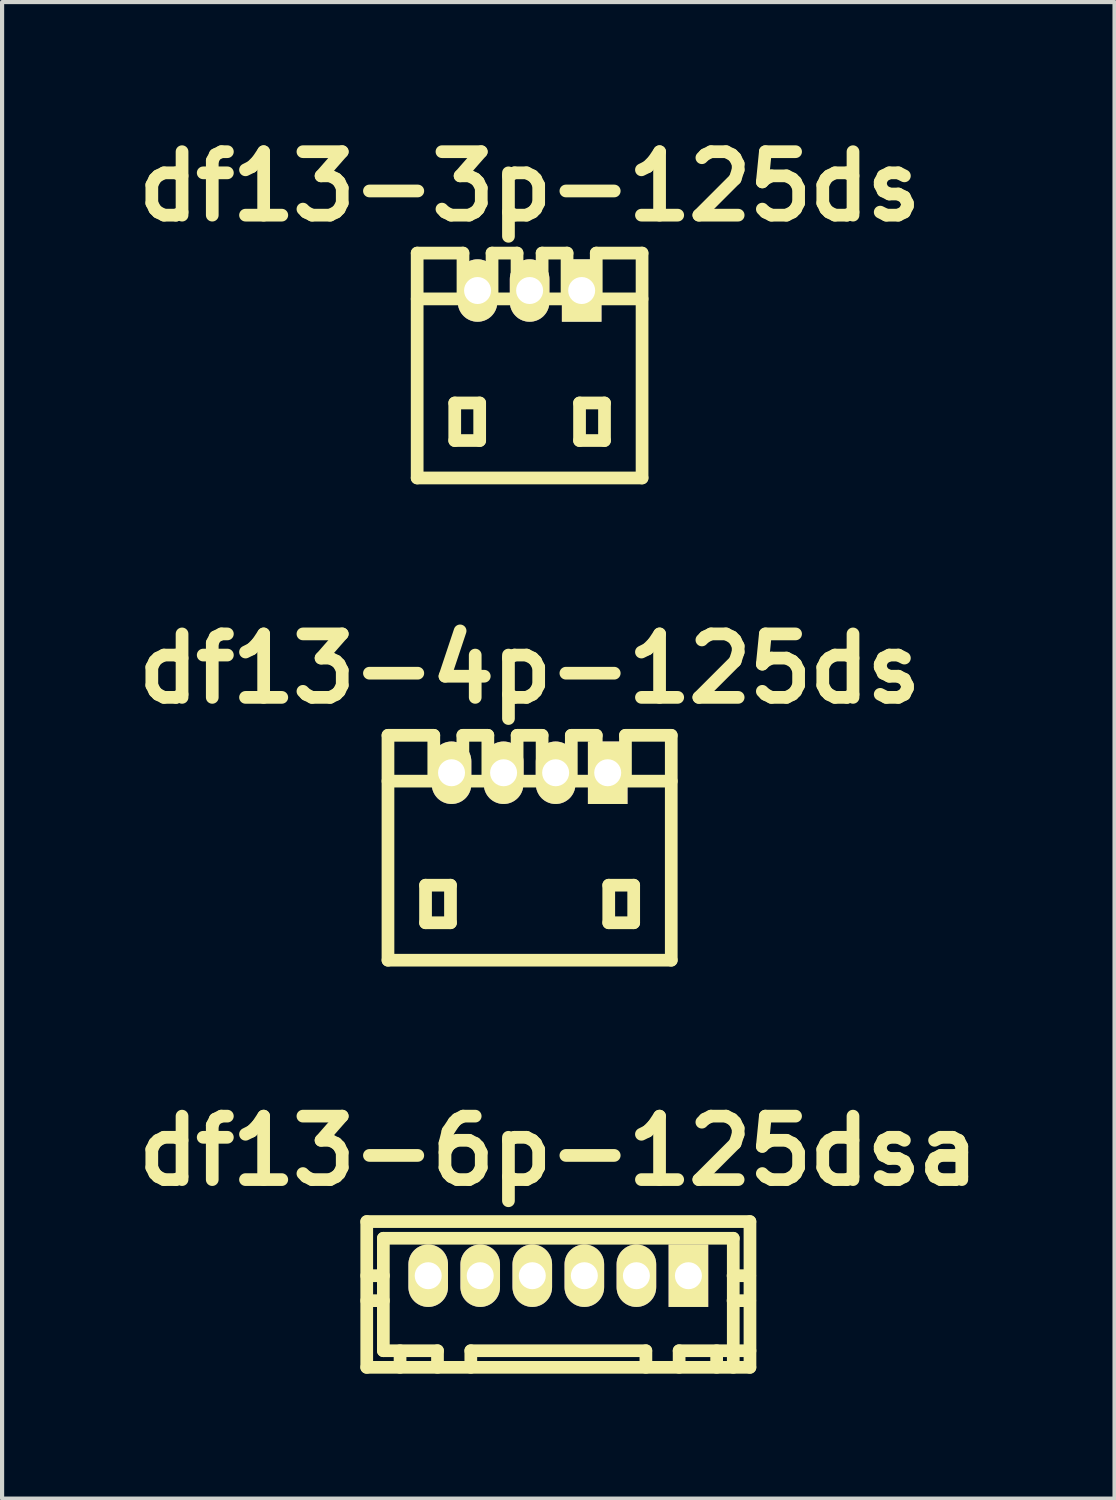
<source format=kicad_pcb>
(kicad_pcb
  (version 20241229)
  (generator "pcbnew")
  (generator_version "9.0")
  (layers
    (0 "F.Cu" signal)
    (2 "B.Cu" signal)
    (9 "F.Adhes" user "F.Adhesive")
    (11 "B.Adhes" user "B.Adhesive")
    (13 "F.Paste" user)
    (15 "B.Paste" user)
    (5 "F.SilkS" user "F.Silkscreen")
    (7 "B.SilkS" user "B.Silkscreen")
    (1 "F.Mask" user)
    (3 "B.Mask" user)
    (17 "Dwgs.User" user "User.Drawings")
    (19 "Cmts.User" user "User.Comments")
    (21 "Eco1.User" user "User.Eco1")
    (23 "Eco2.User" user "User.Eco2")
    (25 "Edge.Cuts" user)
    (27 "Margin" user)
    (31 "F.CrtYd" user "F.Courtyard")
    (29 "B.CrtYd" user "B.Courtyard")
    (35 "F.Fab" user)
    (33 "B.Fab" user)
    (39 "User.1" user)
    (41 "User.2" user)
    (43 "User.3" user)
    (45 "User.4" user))
  (footprint "df13-3p-125ds"
    (layer "F.Cu")
    (at 9.667 5.727)
    (property "Reference" "df13-3p-125ds" (at 0 -4.3 0) (layer "F.SilkS") (effects (font (size 1.524 1.524) (thickness 0.305))))
    (attr through_hole)
    (fp_line (start -2.7 -1.6) (end 2.7 -1.6) (stroke (width 0.305) (type solid)) (layer "F.SilkS"))
    (fp_line (start -2.7 2.7) (end -2.7 -2.7) (stroke (width 0.305) (type solid)) (layer "F.SilkS"))
    (fp_line (start -2.7 2.7) (end 2.7 2.7) (stroke (width 0.305) (type solid)) (layer "F.SilkS"))
    (fp_line (start -1.798 0.899) (end -1.798 1.801) (stroke (width 0.305) (type solid)) (layer "F.SilkS"))
    (fp_line (start -1.798 1.801) (end -1.199 1.801) (stroke (width 0.305) (type solid)) (layer "F.SilkS"))
    (fp_line (start -1.6 -2.7) (end -2.7 -2.7) (stroke (width 0.305) (type solid)) (layer "F.SilkS"))
    (fp_line (start -1.6 -1.6) (end -1.6 -2.7) (stroke (width 0.305) (type solid)) (layer "F.SilkS"))
    (fp_line (start -1.199 0.899) (end -1.798 0.899) (stroke (width 0.305) (type solid)) (layer "F.SilkS"))
    (fp_line (start -1.199 1.801) (end -1.199 0.899) (stroke (width 0.305) (type solid)) (layer "F.SilkS"))
    (fp_line (start -0.902 -1.6) (end -0.902 -2.7) (stroke (width 0.305) (type solid)) (layer "F.SilkS"))
    (fp_line (start -0.302 -2.7) (end -0.902 -2.7) (stroke (width 0.305) (type solid)) (layer "F.SilkS"))
    (fp_line (start -0.302 -1.6) (end -0.302 -2.7) (stroke (width 0.305) (type solid)) (layer "F.SilkS"))
    (fp_line (start 0.3 -2.7) (end 0.899 -2.7) (stroke (width 0.305) (type solid)) (layer "F.SilkS"))
    (fp_line (start 0.3 -1.6) (end 0.3 -2.7) (stroke (width 0.305) (type solid)) (layer "F.SilkS"))
    (fp_line (start 0.899 -2.7) (end 0.899 -1.6) (stroke (width 0.305) (type solid)) (layer "F.SilkS"))
    (fp_line (start 1.199 0.899) (end 1.798 0.899) (stroke (width 0.305) (type solid)) (layer "F.SilkS"))
    (fp_line (start 1.199 1.801) (end 1.199 0.899) (stroke (width 0.305) (type solid)) (layer "F.SilkS"))
    (fp_line (start 1.6 -1.6) (end 1.6 -2.7) (stroke (width 0.305) (type solid)) (layer "F.SilkS"))
    (fp_line (start 1.798 0.899) (end 1.798 1.801) (stroke (width 0.305) (type solid)) (layer "F.SilkS"))
    (fp_line (start 1.798 1.801) (end 1.199 1.801) (stroke (width 0.305) (type solid)) (layer "F.SilkS"))
    (fp_line (start 2.7 -2.7) (end 1.6 -2.7) (stroke (width 0.305) (type solid)) (layer "F.SilkS"))
    (fp_line (start 2.7 2.7) (end 2.7 -2.7) (stroke (width 0.305) (type solid)) (layer "F.SilkS"))
    (pad "1" thru_hole rect (at 1.25 -1.801) (size 0.95 1.499) (drill 0.648) (layers "*.Cu" "*.Mask" "F.SilkS"))
    (pad "2" thru_hole oval (at 0 -1.801) (size 0.95 1.499) (drill 0.648) (layers "*.Cu" "*.Mask" "F.SilkS"))
    (pad "3" thru_hole oval (at -1.25 -1.801) (size 0.95 1.499) (drill 0.648) (layers "*.Cu" "*.Mask" "F.SilkS")))
  (footprint "df13-4p-125ds"
    (layer "F.Cu")
    (at 9.667 17.306)
    (property "Reference" "df13-4p-125ds" (at 0 -4.3 0) (layer "F.SilkS") (effects (font (size 1.524 1.524) (thickness 0.305))))
    (attr through_hole)
    (fp_line (start -3.401 -1.6) (end 3.401 -1.6) (stroke (width 0.305) (type solid)) (layer "F.SilkS"))
    (fp_line (start -3.401 2.7) (end -3.401 -2.7) (stroke (width 0.305) (type solid)) (layer "F.SilkS"))
    (fp_line (start -3.401 2.7) (end 3.401 2.7) (stroke (width 0.305) (type solid)) (layer "F.SilkS"))
    (fp_line (start -2.499 0.899) (end -2.499 1.801) (stroke (width 0.305) (type solid)) (layer "F.SilkS"))
    (fp_line (start -2.499 1.801) (end -1.9 1.801) (stroke (width 0.305) (type solid)) (layer "F.SilkS"))
    (fp_line (start -2.301 -2.7) (end -3.401 -2.7) (stroke (width 0.305) (type solid)) (layer "F.SilkS"))
    (fp_line (start -2.301 -1.6) (end -2.301 -2.7) (stroke (width 0.305) (type solid)) (layer "F.SilkS"))
    (fp_line (start -1.9 0.899) (end -2.499 0.899) (stroke (width 0.305) (type solid)) (layer "F.SilkS"))
    (fp_line (start -1.9 1.801) (end -1.9 0.899) (stroke (width 0.305) (type solid)) (layer "F.SilkS"))
    (fp_line (start -1.603 -1.6) (end -1.603 -2.7) (stroke (width 0.305) (type solid)) (layer "F.SilkS"))
    (fp_line (start -1.003 -2.7) (end -1.603 -2.7) (stroke (width 0.305) (type solid)) (layer "F.SilkS"))
    (fp_line (start -1.003 -1.6) (end -1.003 -2.7) (stroke (width 0.305) (type solid)) (layer "F.SilkS"))
    (fp_line (start -0.3 -2.7) (end 0.3 -2.7) (stroke (width 0.305) (type solid)) (layer "F.SilkS"))
    (fp_line (start -0.3 -1.6) (end -0.3 -2.7) (stroke (width 0.305) (type solid)) (layer "F.SilkS"))
    (fp_line (start 0.3 -2.7) (end 0.3 -1.6) (stroke (width 0.305) (type solid)) (layer "F.SilkS"))
    (fp_line (start 1.001 -2.7) (end 1.6 -2.7) (stroke (width 0.305) (type solid)) (layer "F.SilkS"))
    (fp_line (start 1.001 -1.6) (end 1.001 -2.7) (stroke (width 0.305) (type solid)) (layer "F.SilkS"))
    (fp_line (start 1.6 -2.7) (end 1.6 -1.6) (stroke (width 0.305) (type solid)) (layer "F.SilkS"))
    (fp_line (start 1.9 0.899) (end 2.499 0.899) (stroke (width 0.305) (type solid)) (layer "F.SilkS"))
    (fp_line (start 1.9 1.801) (end 1.9 0.899) (stroke (width 0.305) (type solid)) (layer "F.SilkS"))
    (fp_line (start 2.301 -1.6) (end 2.301 -2.7) (stroke (width 0.305) (type solid)) (layer "F.SilkS"))
    (fp_line (start 2.499 0.899) (end 2.499 1.801) (stroke (width 0.305) (type solid)) (layer "F.SilkS"))
    (fp_line (start 2.499 1.801) (end 1.9 1.801) (stroke (width 0.305) (type solid)) (layer "F.SilkS"))
    (fp_line (start 3.401 -2.7) (end 2.301 -2.7) (stroke (width 0.305) (type solid)) (layer "F.SilkS"))
    (fp_line (start 3.401 2.7) (end 3.401 -2.7) (stroke (width 0.305) (type solid)) (layer "F.SilkS"))
    (pad "1" thru_hole rect (at 1.875 -1.801) (size 0.95 1.499) (drill 0.648) (layers "*.Cu" "*.Mask" "F.SilkS"))
    (pad "2" thru_hole oval (at 0.625 -1.801) (size 0.95 1.499) (drill 0.648) (layers "*.Cu" "*.Mask" "F.SilkS"))
    (pad "3" thru_hole oval (at -0.625 -1.801) (size 0.95 1.499) (drill 0.648) (layers "*.Cu" "*.Mask" "F.SilkS"))
    (pad "4" thru_hole oval (at -1.875 -1.801) (size 0.95 1.499) (drill 0.648) (layers "*.Cu" "*.Mask" "F.SilkS")))
  (footprint "df13-6p-125dsa"
    (layer "F.Cu")
    (at 10.356 27.582)
    (property "Reference" "df13-6p-125dsa" (at 0 -2.997 0) (layer "F.SilkS") (effects (font (size 1.524 1.524) (thickness 0.305))))
    (attr through_hole)
    (fp_line (start -4.6 2.2) (end -4.6 -1.3) (stroke (width 0.305) (type solid)) (layer "F.SilkS"))
    (fp_line (start -4.201 -0.899) (end -4.201 1.801) (stroke (width 0.305) (type solid)) (layer "F.SilkS"))
    (fp_line (start -4.201 -0.899) (end 4.201 -0.899) (stroke (width 0.305) (type solid)) (layer "F.SilkS"))
    (fp_line (start -4.199 0) (end -4.6 0) (stroke (width 0.305) (type solid)) (layer "F.SilkS"))
    (fp_line (start -4.199 0.599) (end -4.6 0.599) (stroke (width 0.305) (type solid)) (layer "F.SilkS"))
    (fp_line (start -3.8 1.801) (end -3.8 2.2) (stroke (width 0.305) (type solid)) (layer "F.SilkS"))
    (fp_line (start -3.2 -0.099) (end -3 -0.099) (stroke (width 0.305) (type solid)) (layer "F.SilkS"))
    (fp_line (start -3.2 0.099) (end -3.2 -0.099) (stroke (width 0.305) (type solid)) (layer "F.SilkS"))
    (fp_line (start -3 -0.099) (end -3 0.099) (stroke (width 0.305) (type solid)) (layer "F.SilkS"))
    (fp_line (start -3 0.099) (end -3.2 0.099) (stroke (width 0.305) (type solid)) (layer "F.SilkS"))
    (fp_line (start -2.901 1.801) (end -4.201 1.801) (stroke (width 0.305) (type solid)) (layer "F.SilkS"))
    (fp_line (start -2.901 1.801) (end -2.901 2.2) (stroke (width 0.305) (type solid)) (layer "F.SilkS"))
    (fp_line (start -2.101 2.2) (end -2.101 1.801) (stroke (width 0.305) (type solid)) (layer "F.SilkS"))
    (fp_line (start -1.999 -0.099) (end -1.801 -0.099) (stroke (width 0.305) (type solid)) (layer "F.SilkS"))
    (fp_line (start -1.999 0.099) (end -1.999 -0.099) (stroke (width 0.305) (type solid)) (layer "F.SilkS"))
    (fp_line (start -1.801 -0.099) (end -1.801 0.099) (stroke (width 0.305) (type solid)) (layer "F.SilkS"))
    (fp_line (start -1.801 0.099) (end -1.999 0.099) (stroke (width 0.305) (type solid)) (layer "F.SilkS"))
    (fp_line (start -0.701 -0.099) (end -0.701 0.099) (stroke (width 0.305) (type solid)) (layer "F.SilkS"))
    (fp_line (start -0.701 0.099) (end -0.5 0.099) (stroke (width 0.305) (type solid)) (layer "F.SilkS"))
    (fp_line (start -0.5 -0.099) (end -0.701 -0.099) (stroke (width 0.305) (type solid)) (layer "F.SilkS"))
    (fp_line (start -0.5 0.099) (end -0.5 -0.099) (stroke (width 0.305) (type solid)) (layer "F.SilkS"))
    (fp_line (start 0.5 -0.099) (end 0.701 -0.099) (stroke (width 0.305) (type solid)) (layer "F.SilkS"))
    (fp_line (start 0.5 0.099) (end 0.5 -0.099) (stroke (width 0.305) (type solid)) (layer "F.SilkS"))
    (fp_line (start 0.701 -0.099) (end 0.701 0.099) (stroke (width 0.305) (type solid)) (layer "F.SilkS"))
    (fp_line (start 0.701 0.099) (end 0.5 0.099) (stroke (width 0.305) (type solid)) (layer "F.SilkS"))
    (fp_line (start 1.801 -0.099) (end 1.801 0.099) (stroke (width 0.305) (type solid)) (layer "F.SilkS"))
    (fp_line (start 1.801 0.099) (end 1.999 0.099) (stroke (width 0.305) (type solid)) (layer "F.SilkS"))
    (fp_line (start 1.999 -0.099) (end 1.801 -0.099) (stroke (width 0.305) (type solid)) (layer "F.SilkS"))
    (fp_line (start 1.999 0.099) (end 1.999 -0.099) (stroke (width 0.305) (type solid)) (layer "F.SilkS"))
    (fp_line (start 2.101 1.801) (end -2.101 1.801) (stroke (width 0.305) (type solid)) (layer "F.SilkS"))
    (fp_line (start 2.103 2.2) (end 2.103 1.801) (stroke (width 0.305) (type solid)) (layer "F.SilkS"))
    (fp_line (start 2.901 1.801) (end 2.901 2.2) (stroke (width 0.305) (type solid)) (layer "F.SilkS"))
    (fp_line (start 2.901 1.801) (end 4.602 1.801) (stroke (width 0.305) (type solid)) (layer "F.SilkS"))
    (fp_line (start 3 -0.099) (end 3.2 -0.099) (stroke (width 0.305) (type solid)) (layer "F.SilkS"))
    (fp_line (start 3 0.099) (end 3 -0.099) (stroke (width 0.305) (type solid)) (layer "F.SilkS"))
    (fp_line (start 3.2 -0.099) (end 3.2 0.099) (stroke (width 0.305) (type solid)) (layer "F.SilkS"))
    (fp_line (start 3.2 0.099) (end 3 0.099) (stroke (width 0.305) (type solid)) (layer "F.SilkS"))
    (fp_line (start 3.802 1.801) (end 3.802 2.2) (stroke (width 0.305) (type solid)) (layer "F.SilkS"))
    (fp_line (start 4.196 0) (end 4.597 0) (stroke (width 0.305) (type solid)) (layer "F.SilkS"))
    (fp_line (start 4.201 -0.899) (end 4.201 2.2) (stroke (width 0.305) (type solid)) (layer "F.SilkS"))
    (fp_line (start 4.597 0.599) (end 4.196 0.599) (stroke (width 0.305) (type solid)) (layer "F.SilkS"))
    (fp_line (start 4.6 -1.3) (end -4.6 -1.3) (stroke (width 0.305) (type solid)) (layer "F.SilkS"))
    (fp_line (start 4.6 2.2) (end -4.6 2.2) (stroke (width 0.305) (type solid)) (layer "F.SilkS"))
    (fp_line (start 4.602 -1.3) (end 4.602 2.2) (stroke (width 0.305) (type solid)) (layer "F.SilkS"))
    (pad "1" thru_hole rect (at 3.124 0) (size 0.95 1.499) (drill 0.648) (layers "*.Cu" "*.Mask" "F.SilkS"))
    (pad "2" thru_hole oval (at 1.875 0) (size 0.95 1.499) (drill 0.648) (layers "*.Cu" "*.Mask" "F.SilkS"))
    (pad "3" thru_hole oval (at 0.625 0) (size 0.95 1.499) (drill 0.648) (layers "*.Cu" "*.Mask" "F.SilkS"))
    (pad "4" thru_hole oval (at -0.625 0) (size 0.95 1.499) (drill 0.648) (layers "*.Cu" "*.Mask" "F.SilkS"))
    (pad "5" thru_hole oval (at -1.875 0) (size 0.95 1.499) (drill 0.648) (layers "*.Cu" "*.Mask" "F.SilkS"))
    (pad "6" thru_hole oval (at -3.124 0) (size 0.95 1.499) (drill 0.648) (layers "*.Cu" "*.Mask" "F.SilkS")))
  (gr_rect
    (start -3 -3)
    (end 23.712 32.934)
    (stroke (width 0.1) (type default))
    (fill no)
    (layer "Edge.Cuts")))
</source>
